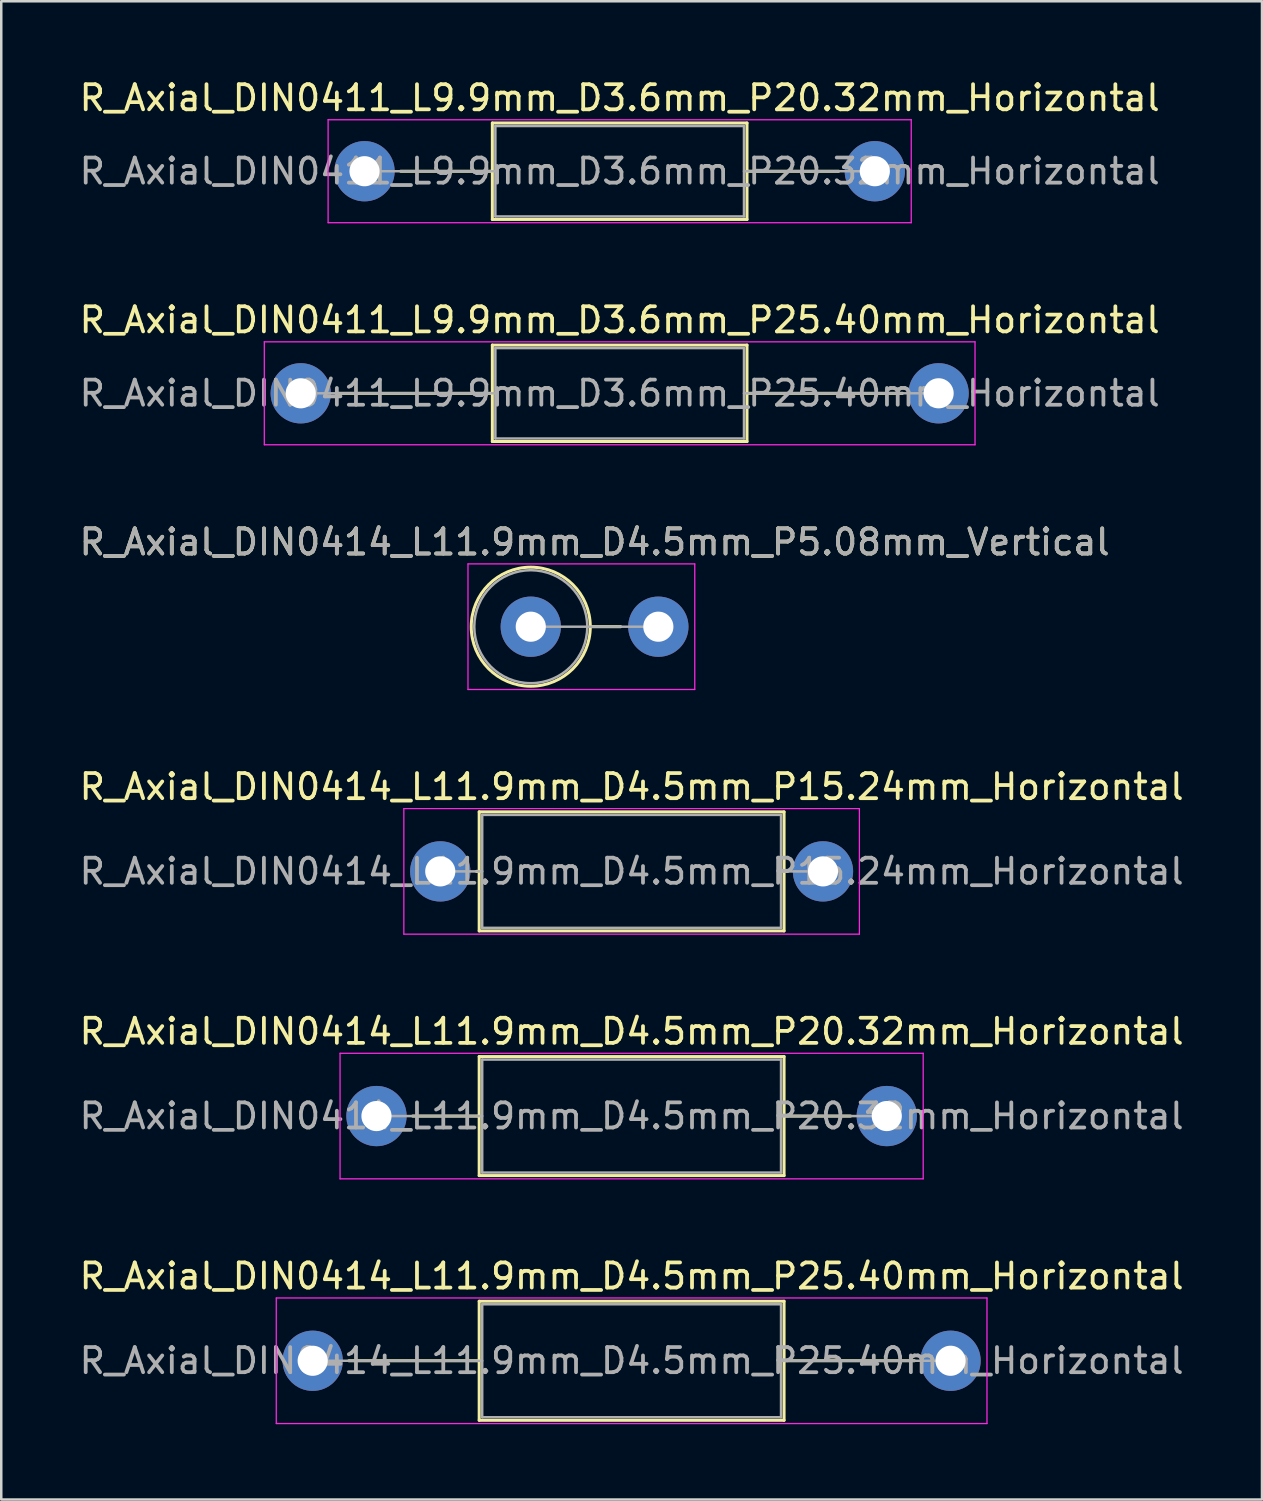
<source format=kicad_pcb>
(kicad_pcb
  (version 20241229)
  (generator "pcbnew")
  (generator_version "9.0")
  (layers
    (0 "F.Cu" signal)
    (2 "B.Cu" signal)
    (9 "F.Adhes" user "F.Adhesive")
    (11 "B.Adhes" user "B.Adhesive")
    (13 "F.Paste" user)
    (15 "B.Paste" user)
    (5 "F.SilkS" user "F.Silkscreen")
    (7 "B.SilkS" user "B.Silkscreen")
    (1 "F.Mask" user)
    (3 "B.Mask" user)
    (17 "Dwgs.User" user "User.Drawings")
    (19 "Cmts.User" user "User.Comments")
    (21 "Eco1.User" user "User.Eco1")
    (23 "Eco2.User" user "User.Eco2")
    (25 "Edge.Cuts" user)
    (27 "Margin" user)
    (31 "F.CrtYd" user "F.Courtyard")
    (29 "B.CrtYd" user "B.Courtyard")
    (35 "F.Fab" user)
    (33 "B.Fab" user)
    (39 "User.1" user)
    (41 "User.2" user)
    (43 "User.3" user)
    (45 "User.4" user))
  (footprint "R_Axial_DIN0411_L9.9mm_D3.6mm_P20.32mm_Horizontal"
    (layer "F.Cu")
    (at 11.465 3.768)
    (property "Reference" "R_Axial_DIN0411_L9.9mm_D3.6mm_P20.32mm_Horizontal" (at 10.16 -2.92 0) (layer "F.SilkS") (effects (font (size 1 1) (thickness 0.15))))
    (attr through_hole)
    (fp_line (start 1.44 0) (end 5.09 0) (stroke (width 0.12) (type solid)) (layer "F.SilkS"))
    (fp_line (start 5.09 -1.92) (end 5.09 1.92) (stroke (width 0.12) (type solid)) (layer "F.SilkS"))
    (fp_line (start 5.09 1.92) (end 15.23 1.92) (stroke (width 0.12) (type solid)) (layer "F.SilkS"))
    (fp_line (start 15.23 -1.92) (end 5.09 -1.92) (stroke (width 0.12) (type solid)) (layer "F.SilkS"))
    (fp_line (start 15.23 1.92) (end 15.23 -1.92) (stroke (width 0.12) (type solid)) (layer "F.SilkS"))
    (fp_line (start 18.88 0) (end 15.23 0) (stroke (width 0.12) (type solid)) (layer "F.SilkS"))
    (fp_line (start -1.45 -2.05) (end -1.45 2.05) (stroke (width 0.05) (type solid)) (layer "F.CrtYd"))
    (fp_line (start -1.45 2.05) (end 21.77 2.05) (stroke (width 0.05) (type solid)) (layer "F.CrtYd"))
    (fp_line (start 21.77 -2.05) (end -1.45 -2.05) (stroke (width 0.05) (type solid)) (layer "F.CrtYd"))
    (fp_line (start 21.77 2.05) (end 21.77 -2.05) (stroke (width 0.05) (type solid)) (layer "F.CrtYd"))
    (fp_line (start 0 0) (end 5.21 0) (stroke (width 0.1) (type solid)) (layer "F.Fab"))
    (fp_line (start 5.21 -1.8) (end 5.21 1.8) (stroke (width 0.1) (type solid)) (layer "F.Fab"))
    (fp_line (start 5.21 1.8) (end 15.11 1.8) (stroke (width 0.1) (type solid)) (layer "F.Fab"))
    (fp_line (start 15.11 -1.8) (end 5.21 -1.8) (stroke (width 0.1) (type solid)) (layer "F.Fab"))
    (fp_line (start 15.11 1.8) (end 15.11 -1.8) (stroke (width 0.1) (type solid)) (layer "F.Fab"))
    (fp_line (start 20.32 0) (end 15.11 0) (stroke (width 0.1) (type solid)) (layer "F.Fab"))
    (fp_text user "${REFERENCE}" (at 10.16 0 0) (layer "F.Fab") (effects (font (size 1 1) (thickness 0.15))))
    (pad "1" thru_hole circle (at 0 0) (size 2.4 2.4) (drill 1.2) (layers "*.Cu" "*.Mask"))
    (pad "2" thru_hole oval (at 20.32 0) (size 2.4 2.4) (drill 1.2) (layers "*.Cu" "*.Mask")))
  (footprint "R_Axial_DIN0414_L11.9mm_D4.5mm_P20.32mm_Horizontal"
    (layer "F.Cu")
    (at 11.941 41.391)
    (property "Reference" "R_Axial_DIN0414_L11.9mm_D4.5mm_P20.32mm_Horizontal" (at 10.16 -3.37 0) (layer "F.SilkS") (effects (font (size 1 1) (thickness 0.15))))
    (attr through_hole)
    (fp_line (start 1.44 0) (end 4.09 0) (stroke (width 0.12) (type solid)) (layer "F.SilkS"))
    (fp_line (start 4.09 -2.37) (end 4.09 2.37) (stroke (width 0.12) (type solid)) (layer "F.SilkS"))
    (fp_line (start 4.09 2.37) (end 16.23 2.37) (stroke (width 0.12) (type solid)) (layer "F.SilkS"))
    (fp_line (start 16.23 -2.37) (end 4.09 -2.37) (stroke (width 0.12) (type solid)) (layer "F.SilkS"))
    (fp_line (start 16.23 2.37) (end 16.23 -2.37) (stroke (width 0.12) (type solid)) (layer "F.SilkS"))
    (fp_line (start 18.88 0) (end 16.23 0) (stroke (width 0.12) (type solid)) (layer "F.SilkS"))
    (fp_line (start -1.45 -2.5) (end -1.45 2.5) (stroke (width 0.05) (type solid)) (layer "F.CrtYd"))
    (fp_line (start -1.45 2.5) (end 21.77 2.5) (stroke (width 0.05) (type solid)) (layer "F.CrtYd"))
    (fp_line (start 21.77 -2.5) (end -1.45 -2.5) (stroke (width 0.05) (type solid)) (layer "F.CrtYd"))
    (fp_line (start 21.77 2.5) (end 21.77 -2.5) (stroke (width 0.05) (type solid)) (layer "F.CrtYd"))
    (fp_line (start 0 0) (end 4.21 0) (stroke (width 0.1) (type solid)) (layer "F.Fab"))
    (fp_line (start 4.21 -2.25) (end 4.21 2.25) (stroke (width 0.1) (type solid)) (layer "F.Fab"))
    (fp_line (start 4.21 2.25) (end 16.11 2.25) (stroke (width 0.1) (type solid)) (layer "F.Fab"))
    (fp_line (start 16.11 -2.25) (end 4.21 -2.25) (stroke (width 0.1) (type solid)) (layer "F.Fab"))
    (fp_line (start 16.11 2.25) (end 16.11 -2.25) (stroke (width 0.1) (type solid)) (layer "F.Fab"))
    (fp_line (start 20.32 0) (end 16.11 0) (stroke (width 0.1) (type solid)) (layer "F.Fab"))
    (fp_text user "${REFERENCE}" (at 10.16 0 0) (layer "F.Fab") (effects (font (size 1 1) (thickness 0.15))))
    (pad "1" thru_hole circle (at 0 0) (size 2.4 2.4) (drill 1.2) (layers "*.Cu" "*.Mask"))
    (pad "2" thru_hole oval (at 20.32 0) (size 2.4 2.4) (drill 1.2) (layers "*.Cu" "*.Mask")))
  (footprint "R_Axial_DIN0414_L11.9mm_D4.5mm_P25.40mm_Horizontal"
    (layer "F.Cu")
    (at 9.401 51.135)
    (property "Reference" "R_Axial_DIN0414_L11.9mm_D4.5mm_P25.40mm_Horizontal" (at 12.7 -3.37 0) (layer "F.SilkS") (effects (font (size 1 1) (thickness 0.15))))
    (attr through_hole)
    (fp_line (start 1.44 0) (end 6.63 0) (stroke (width 0.12) (type solid)) (layer "F.SilkS"))
    (fp_line (start 6.63 -2.37) (end 6.63 2.37) (stroke (width 0.12) (type solid)) (layer "F.SilkS"))
    (fp_line (start 6.63 2.37) (end 18.77 2.37) (stroke (width 0.12) (type solid)) (layer "F.SilkS"))
    (fp_line (start 18.77 -2.37) (end 6.63 -2.37) (stroke (width 0.12) (type solid)) (layer "F.SilkS"))
    (fp_line (start 18.77 2.37) (end 18.77 -2.37) (stroke (width 0.12) (type solid)) (layer "F.SilkS"))
    (fp_line (start 23.96 0) (end 18.77 0) (stroke (width 0.12) (type solid)) (layer "F.SilkS"))
    (fp_line (start -1.45 -2.5) (end -1.45 2.5) (stroke (width 0.05) (type solid)) (layer "F.CrtYd"))
    (fp_line (start -1.45 2.5) (end 26.85 2.5) (stroke (width 0.05) (type solid)) (layer "F.CrtYd"))
    (fp_line (start 26.85 -2.5) (end -1.45 -2.5) (stroke (width 0.05) (type solid)) (layer "F.CrtYd"))
    (fp_line (start 26.85 2.5) (end 26.85 -2.5) (stroke (width 0.05) (type solid)) (layer "F.CrtYd"))
    (fp_line (start 0 0) (end 6.75 0) (stroke (width 0.1) (type solid)) (layer "F.Fab"))
    (fp_line (start 6.75 -2.25) (end 6.75 2.25) (stroke (width 0.1) (type solid)) (layer "F.Fab"))
    (fp_line (start 6.75 2.25) (end 18.65 2.25) (stroke (width 0.1) (type solid)) (layer "F.Fab"))
    (fp_line (start 18.65 -2.25) (end 6.75 -2.25) (stroke (width 0.1) (type solid)) (layer "F.Fab"))
    (fp_line (start 18.65 2.25) (end 18.65 -2.25) (stroke (width 0.1) (type solid)) (layer "F.Fab"))
    (fp_line (start 25.4 0) (end 18.65 0) (stroke (width 0.1) (type solid)) (layer "F.Fab"))
    (fp_text user "${REFERENCE}" (at 12.7 0 0) (layer "F.Fab") (effects (font (size 1 1) (thickness 0.15))))
    (pad "1" thru_hole circle (at 0 0) (size 2.4 2.4) (drill 1.2) (layers "*.Cu" "*.Mask"))
    (pad "2" thru_hole oval (at 25.4 0) (size 2.4 2.4) (drill 1.2) (layers "*.Cu" "*.Mask")))
  (footprint "R_Axial_DIN0414_L11.9mm_D4.5mm_P5.08mm_Vertical"
    (layer "F.Cu")
    (at 18.085 21.905)
    (property "Reference" "R_Axial_DIN0414_L11.9mm_D4.5mm_P5.08mm_Vertical" (at 2.54 -3.37 0) (layer "F.SilkS") (effects (font (size 1 1) (thickness 0.15))))
    (attr through_hole)
    (fp_line (start 2.37 0) (end 3.58 0) (stroke (width 0.12) (type solid)) (layer "F.SilkS"))
    (fp_circle (center 0 0) (end 2.37 0) (stroke (width 0.12) (type solid)) (fill no) (layer "F.SilkS"))
    (fp_line (start -2.5 -2.5) (end -2.5 2.5) (stroke (width 0.05) (type solid)) (layer "F.CrtYd"))
    (fp_line (start -2.5 2.5) (end 6.53 2.5) (stroke (width 0.05) (type solid)) (layer "F.CrtYd"))
    (fp_line (start 6.53 -2.5) (end -2.5 -2.5) (stroke (width 0.05) (type solid)) (layer "F.CrtYd"))
    (fp_line (start 6.53 2.5) (end 6.53 -2.5) (stroke (width 0.05) (type solid)) (layer "F.CrtYd"))
    (fp_line (start 0 0) (end 5.08 0) (stroke (width 0.1) (type solid)) (layer "F.Fab"))
    (fp_circle (center 0 0) (end 2.25 0) (stroke (width 0.1) (type solid)) (fill no) (layer "F.Fab"))
    (fp_text user "${REFERENCE}" (at 2.54 -3.37 0) (layer "F.Fab") (effects (font (size 1 1) (thickness 0.15))))
    (pad "1" thru_hole circle (at 0 0) (size 2.4 2.4) (drill 1.2) (layers "*.Cu" "*.Mask"))
    (pad "2" thru_hole oval (at 5.08 0) (size 2.4 2.4) (drill 1.2) (layers "*.Cu" "*.Mask")))
  (footprint "R_Axial_DIN0414_L11.9mm_D4.5mm_P15.24mm_Horizontal"
    (layer "F.Cu")
    (at 14.481 31.648)
    (property "Reference" "R_Axial_DIN0414_L11.9mm_D4.5mm_P15.24mm_Horizontal" (at 7.62 -3.37 0) (layer "F.SilkS") (effects (font (size 1 1) (thickness 0.15))))
    (attr through_hole)
    (fp_line (start 1.44 0) (end 1.55 0) (stroke (width 0.12) (type solid)) (layer "F.SilkS"))
    (fp_line (start 1.55 -2.37) (end 1.55 2.37) (stroke (width 0.12) (type solid)) (layer "F.SilkS"))
    (fp_line (start 1.55 2.37) (end 13.69 2.37) (stroke (width 0.12) (type solid)) (layer "F.SilkS"))
    (fp_line (start 13.69 -2.37) (end 1.55 -2.37) (stroke (width 0.12) (type solid)) (layer "F.SilkS"))
    (fp_line (start 13.69 2.37) (end 13.69 -2.37) (stroke (width 0.12) (type solid)) (layer "F.SilkS"))
    (fp_line (start 13.8 0) (end 13.69 0) (stroke (width 0.12) (type solid)) (layer "F.SilkS"))
    (fp_line (start -1.45 -2.5) (end -1.45 2.5) (stroke (width 0.05) (type solid)) (layer "F.CrtYd"))
    (fp_line (start -1.45 2.5) (end 16.69 2.5) (stroke (width 0.05) (type solid)) (layer "F.CrtYd"))
    (fp_line (start 16.69 -2.5) (end -1.45 -2.5) (stroke (width 0.05) (type solid)) (layer "F.CrtYd"))
    (fp_line (start 16.69 2.5) (end 16.69 -2.5) (stroke (width 0.05) (type solid)) (layer "F.CrtYd"))
    (fp_line (start 0 0) (end 1.67 0) (stroke (width 0.1) (type solid)) (layer "F.Fab"))
    (fp_line (start 1.67 -2.25) (end 1.67 2.25) (stroke (width 0.1) (type solid)) (layer "F.Fab"))
    (fp_line (start 1.67 2.25) (end 13.57 2.25) (stroke (width 0.1) (type solid)) (layer "F.Fab"))
    (fp_line (start 13.57 -2.25) (end 1.67 -2.25) (stroke (width 0.1) (type solid)) (layer "F.Fab"))
    (fp_line (start 13.57 2.25) (end 13.57 -2.25) (stroke (width 0.1) (type solid)) (layer "F.Fab"))
    (fp_line (start 15.24 0) (end 13.57 0) (stroke (width 0.1) (type solid)) (layer "F.Fab"))
    (fp_text user "${REFERENCE}" (at 7.62 0 0) (layer "F.Fab") (effects (font (size 1 1) (thickness 0.15))))
    (pad "1" thru_hole circle (at 0 0) (size 2.4 2.4) (drill 1.2) (layers "*.Cu" "*.Mask"))
    (pad "2" thru_hole oval (at 15.24 0) (size 2.4 2.4) (drill 1.2) (layers "*.Cu" "*.Mask")))
  (footprint "R_Axial_DIN0411_L9.9mm_D3.6mm_P25.40mm_Horizontal"
    (layer "F.Cu")
    (at 8.925 12.611)
    (property "Reference" "R_Axial_DIN0411_L9.9mm_D3.6mm_P25.40mm_Horizontal" (at 12.7 -2.92 0) (layer "F.SilkS") (effects (font (size 1 1) (thickness 0.15))))
    (attr through_hole)
    (fp_line (start 1.44 0) (end 7.63 0) (stroke (width 0.12) (type solid)) (layer "F.SilkS"))
    (fp_line (start 7.63 -1.92) (end 7.63 1.92) (stroke (width 0.12) (type solid)) (layer "F.SilkS"))
    (fp_line (start 7.63 1.92) (end 17.77 1.92) (stroke (width 0.12) (type solid)) (layer "F.SilkS"))
    (fp_line (start 17.77 -1.92) (end 7.63 -1.92) (stroke (width 0.12) (type solid)) (layer "F.SilkS"))
    (fp_line (start 17.77 1.92) (end 17.77 -1.92) (stroke (width 0.12) (type solid)) (layer "F.SilkS"))
    (fp_line (start 23.96 0) (end 17.77 0) (stroke (width 0.12) (type solid)) (layer "F.SilkS"))
    (fp_line (start -1.45 -2.05) (end -1.45 2.05) (stroke (width 0.05) (type solid)) (layer "F.CrtYd"))
    (fp_line (start -1.45 2.05) (end 26.85 2.05) (stroke (width 0.05) (type solid)) (layer "F.CrtYd"))
    (fp_line (start 26.85 -2.05) (end -1.45 -2.05) (stroke (width 0.05) (type solid)) (layer "F.CrtYd"))
    (fp_line (start 26.85 2.05) (end 26.85 -2.05) (stroke (width 0.05) (type solid)) (layer "F.CrtYd"))
    (fp_line (start 0 0) (end 7.75 0) (stroke (width 0.1) (type solid)) (layer "F.Fab"))
    (fp_line (start 7.75 -1.8) (end 7.75 1.8) (stroke (width 0.1) (type solid)) (layer "F.Fab"))
    (fp_line (start 7.75 1.8) (end 17.65 1.8) (stroke (width 0.1) (type solid)) (layer "F.Fab"))
    (fp_line (start 17.65 -1.8) (end 7.75 -1.8) (stroke (width 0.1) (type solid)) (layer "F.Fab"))
    (fp_line (start 17.65 1.8) (end 17.65 -1.8) (stroke (width 0.1) (type solid)) (layer "F.Fab"))
    (fp_line (start 25.4 0) (end 17.65 0) (stroke (width 0.1) (type solid)) (layer "F.Fab"))
    (fp_text user "${REFERENCE}" (at 12.7 0 0) (layer "F.Fab") (effects (font (size 1 1) (thickness 0.15))))
    (pad "1" thru_hole circle (at 0 0) (size 2.4 2.4) (drill 1.2) (layers "*.Cu" "*.Mask"))
    (pad "2" thru_hole oval (at 25.4 0) (size 2.4 2.4) (drill 1.2) (layers "*.Cu" "*.Mask")))
  (gr_rect
    (start -3 -3)
    (end 47.202 56.66)
    (stroke (width 0.1) (type default))
    (fill no)
    (layer "Edge.Cuts")))
</source>
